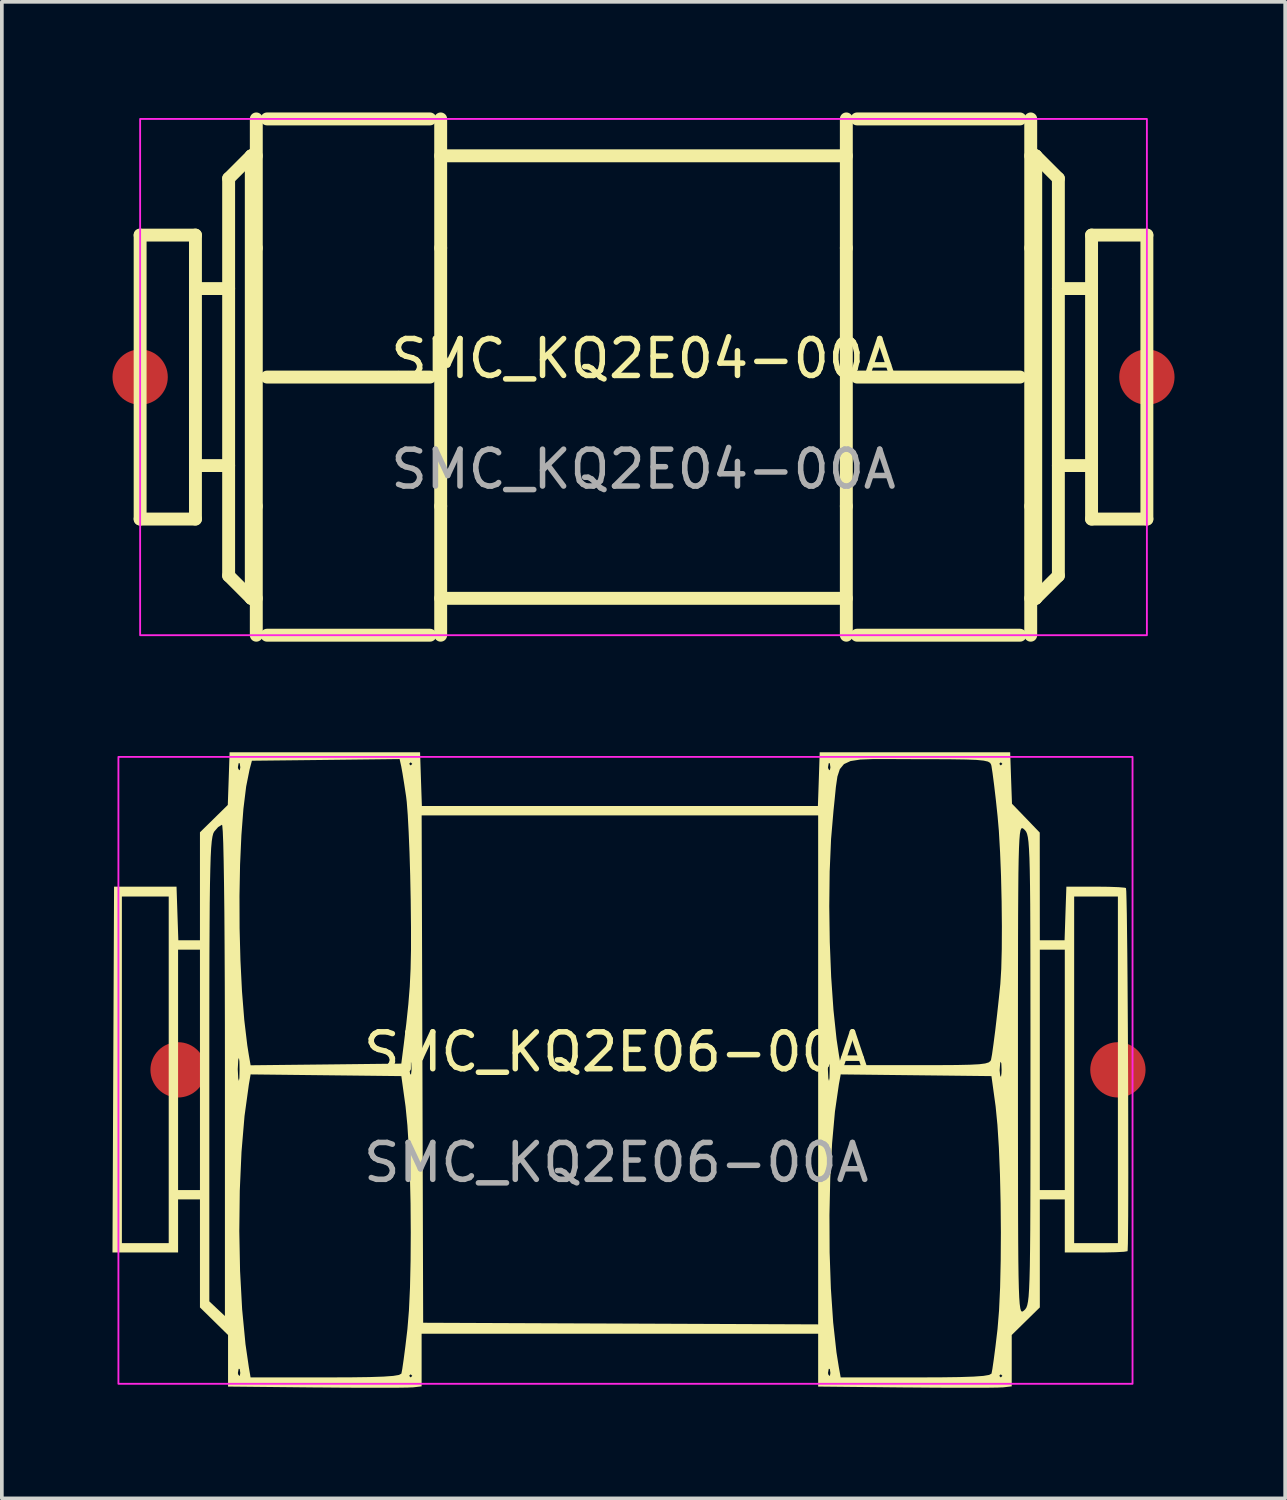
<source format=kicad_pcb>
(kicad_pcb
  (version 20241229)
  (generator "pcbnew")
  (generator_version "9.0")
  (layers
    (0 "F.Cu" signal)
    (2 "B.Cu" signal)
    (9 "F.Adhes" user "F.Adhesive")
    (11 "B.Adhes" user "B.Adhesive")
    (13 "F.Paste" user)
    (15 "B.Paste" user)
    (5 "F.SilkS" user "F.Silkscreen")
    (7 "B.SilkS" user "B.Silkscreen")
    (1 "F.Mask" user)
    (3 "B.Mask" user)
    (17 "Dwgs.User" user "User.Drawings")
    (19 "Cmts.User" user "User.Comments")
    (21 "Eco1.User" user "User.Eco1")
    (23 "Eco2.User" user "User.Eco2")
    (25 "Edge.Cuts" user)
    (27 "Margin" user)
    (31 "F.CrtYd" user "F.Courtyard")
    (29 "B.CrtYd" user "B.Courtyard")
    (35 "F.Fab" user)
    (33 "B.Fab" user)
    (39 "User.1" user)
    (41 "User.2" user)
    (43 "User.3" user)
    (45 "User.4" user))
  (footprint "SMC_KQ2E06-00A"
    (layer "F.Cu")
    (at 13.661 25.975)
    (property "Reference" "SMC_KQ2E06-00A" (at 0 -0.5 0) (unlocked yes) (layer "F.SilkS") (effects (font (size 1 1) (thickness 0.15))))
    (fp_poly (pts (xy -13.64 -0.021) (xy -13.618 -4.981) (xy -12.771 -4.981) (xy -11.924 -4.981) (xy -11.9 -4.254) (xy -11.875 -3.527) (xy -11.582 -3.527) (xy -11.289 -3.527) (xy -11.289 -4.991) (xy -11.289 -6.455) (xy -10.911 -6.826) (xy -10.534 -7.197) (xy -10.509 -7.911) (xy -10.485 -8.625) (xy -7.903 -8.625) (xy -5.32 -8.625) (xy -5.296 -7.896) (xy -5.271 -7.168) (xy 0.098 -7.168) (xy 5.468 -7.168) (xy 5.493 -7.896) (xy 5.517 -8.625) (xy 8.099 -8.625) (xy 10.682 -8.625) (xy 10.706 -7.927) (xy 10.731 -7.23) (xy 11.108 -6.839) (xy 11.484 -6.448) (xy 11.485 -4.988) (xy 11.486 -3.527) (xy 11.821 -3.527) (xy 12.157 -3.527) (xy 12.181 -4.255) (xy 12.206 -4.982) (xy 12.996 -4.982) (xy 13.343 -4.978) (xy 13.621 -4.968) (xy 13.79 -4.953) (xy 13.822 -4.944) (xy 13.83 -4.855) (xy 13.837 -4.615) (xy 13.845 -4.242) (xy 13.851 -3.754) (xy 13.858 -3.17) (xy 13.864 -2.508) (xy 13.869 -1.786) (xy 13.874 -1.023) (xy 13.878 -0.236) (xy 13.881 0.555) (xy 13.883 1.333) (xy 13.884 2.08) (xy 13.885 2.777) (xy 13.884 3.406) (xy 13.882 3.948) (xy 13.878 4.386) (xy 13.874 4.701) (xy 13.868 4.875) (xy 13.864 4.904) (xy 13.769 4.919) (xy 13.544 4.931) (xy 13.226 4.938) (xy 13.01 4.939) (xy 13.01 4.685) (xy 13.603 4.685) (xy 13.603 -0.014) (xy 13.603 -4.713) (xy 13.01 -4.713) (xy 12.417 -4.713) (xy 12.417 -0.014) (xy 12.417 4.685) (xy 13.01 4.685) (xy 13.01 4.939) (xy 12.996 4.939) (xy 12.163 4.939) (xy 12.163 4.22) (xy 12.163 3.5) (xy 11.825 3.5) (xy 11.825 3.246) (xy 12.163 3.246) (xy 12.163 -0.014) (xy 12.163 -3.273) (xy 11.825 -3.273) (xy 11.486 -3.273) (xy 11.486 -0.014) (xy 11.486 3.246) (xy 11.825 3.246) (xy 11.825 3.5) (xy 11.486 3.5) (xy 11.486 4.964) (xy 11.486 6.428) (xy 11.105 6.802) (xy 10.996 6.909) (xy 10.996 6.541) (xy 11.021 6.538) (xy 11.051 6.516) (xy 11.063 6.506) (xy 11.094 6.474) (xy 11.122 6.431) (xy 11.145 6.367) (xy 11.165 6.269) (xy 11.182 6.126) (xy 11.195 5.926) (xy 11.206 5.659) (xy 11.215 5.311) (xy 11.221 4.872) (xy 11.226 4.331) (xy 11.229 3.675) (xy 11.231 2.893) (xy 11.232 1.973) (xy 11.232 0.905) (xy 11.232 -0.014) (xy 11.232 -1.203) (xy 11.231 -2.235) (xy 11.23 -3.12) (xy 11.228 -3.87) (xy 11.225 -4.498) (xy 11.22 -5.014) (xy 11.213 -5.43) (xy 11.204 -5.757) (xy 11.192 -6.007) (xy 11.178 -6.192) (xy 11.161 -6.323) (xy 11.14 -6.412) (xy 11.116 -6.47) (xy 11.087 -6.509) (xy 11.063 -6.533) (xy 11.032 -6.559) (xy 11.005 -6.57) (xy 10.982 -6.556) (xy 10.962 -6.506) (xy 10.945 -6.408) (xy 10.932 -6.253) (xy 10.921 -6.029) (xy 10.912 -5.725) (xy 10.905 -5.332) (xy 10.901 -4.837) (xy 10.897 -4.232) (xy 10.895 -3.503) (xy 10.894 -2.642) (xy 10.893 -1.636) (xy 10.893 -0.476) (xy 10.893 -0.014) (xy 10.893 1.205) (xy 10.894 2.266) (xy 10.895 3.178) (xy 10.896 3.954) (xy 10.899 4.603) (xy 10.903 5.137) (xy 10.909 5.566) (xy 10.917 5.901) (xy 10.927 6.152) (xy 10.94 6.331) (xy 10.956 6.449) (xy 10.974 6.515) (xy 10.996 6.541) (xy 10.996 6.909) (xy 10.724 7.176) (xy 10.724 7.872) (xy 10.724 8.569) (xy 10.491 8.596) (xy 10.428 8.598) (xy 10.428 8.326) (xy 10.47 8.284) (xy 10.432 8.246) (xy 10.432 0.18) (xy 10.446 0.079) (xy 10.449 -0.014) (xy 10.442 -0.188) (xy 10.423 -0.233) (xy 10.412 -0.205) (xy 10.396 -0.002) (xy 10.41 0.134) (xy 10.432 0.18) (xy 10.432 8.246) (xy 10.428 8.241) (xy 10.385 8.284) (xy 10.428 8.326) (xy 10.428 8.598) (xy 10.348 8.602) (xy 10.059 8.606) (xy 9.649 8.607) (xy 9.143 8.607) (xy 8.564 8.604) (xy 7.937 8.599) (xy 7.867 8.599) (xy 6.086 8.581) (xy 6.086 8.326) (xy 8.111 8.326) (xy 8.788 8.324) (xy 9.31 8.317) (xy 9.694 8.304) (xy 9.956 8.285) (xy 10.111 8.259) (xy 10.174 8.224) (xy 10.176 8.22) (xy 10.199 8.1) (xy 10.236 7.846) (xy 10.282 7.495) (xy 10.331 7.082) (xy 10.339 7.014) (xy 10.38 6.513) (xy 10.409 5.885) (xy 10.425 5.166) (xy 10.43 4.392) (xy 10.423 3.599) (xy 10.405 2.825) (xy 10.376 2.105) (xy 10.336 1.477) (xy 10.287 0.975) (xy 10.279 0.918) (xy 10.174 0.156) (xy 8.13 0.133) (xy 6.087 0.11) (xy 6.086 0.113) (xy 6.086 -0.141) (xy 8.103 -0.141) (xy 8.741 -0.142) (xy 9.23 -0.145) (xy 9.591 -0.153) (xy 9.842 -0.166) (xy 10.005 -0.187) (xy 10.1 -0.216) (xy 10.148 -0.255) (xy 10.163 -0.289) (xy 10.19 -0.434) (xy 10.229 -0.711) (xy 10.277 -1.082) (xy 10.327 -1.512) (xy 10.376 -1.962) (xy 10.415 -2.342) (xy 10.44 -2.749) (xy 10.454 -3.285) (xy 10.457 -3.91) (xy 10.45 -4.583) (xy 10.434 -5.265) (xy 10.428 -5.424) (xy 10.428 -8.269) (xy 10.47 -8.311) (xy 10.428 -8.353) (xy 10.385 -8.311) (xy 10.428 -8.269) (xy 10.428 -5.424) (xy 10.408 -5.915) (xy 10.375 -6.494) (xy 10.34 -6.895) (xy 10.292 -7.347) (xy 10.245 -7.747) (xy 10.204 -8.06) (xy 10.174 -8.253) (xy 10.165 -8.29) (xy 10.139 -8.337) (xy 10.079 -8.373) (xy 9.964 -8.399) (xy 9.775 -8.418) (xy 9.49 -8.429) (xy 9.09 -8.435) (xy 8.555 -8.438) (xy 8.134 -8.438) (xy 7.486 -8.441) (xy 6.987 -8.442) (xy 6.616 -8.428) (xy 6.352 -8.387) (xy 6.175 -8.305) (xy 6.063 -8.169) (xy 5.997 -7.967) (xy 5.956 -7.686) (xy 5.919 -7.313) (xy 5.891 -7.041) (xy 5.825 -6.272) (xy 5.793 -5.525) (xy 5.793 -8.136) (xy 5.807 -8.219) (xy 5.791 -8.329) (xy 5.762 -8.33) (xy 5.742 -8.217) (xy 5.755 -8.168) (xy 5.793 -8.136) (xy 5.793 -5.525) (xy 5.787 -5.395) (xy 5.776 -4.451) (xy 5.79 -3.483) (xy 5.828 -2.532) (xy 5.89 -1.64) (xy 5.974 -0.847) (xy 6.039 -0.416) (xy 6.086 -0.141) (xy 6.086 0.113) (xy 6.036 0.387) (xy 5.93 1.118) (xy 5.853 1.978) (xy 5.803 2.926) (xy 5.781 3.925) (xy 5.786 4.935) (xy 5.82 5.917) (xy 5.882 6.833) (xy 5.971 7.643) (xy 6.036 8.051) (xy 6.086 8.326) (xy 6.086 8.581) (xy 5.793 8.578) (xy 5.793 8.289) (xy 5.807 8.206) (xy 5.791 8.096) (xy 5.769 8.095) (xy 5.769 0.287) (xy 5.782 0.206) (xy 5.787 -0.01) (xy 5.787 -0.014) (xy 5.783 -0.239) (xy 5.77 -0.338) (xy 5.753 -0.29) (xy 5.738 -0.033) (xy 5.752 0.218) (xy 5.769 0.287) (xy 5.769 8.095) (xy 5.762 8.095) (xy 5.742 8.208) (xy 5.755 8.257) (xy 5.793 8.289) (xy 5.793 8.578) (xy 5.475 8.575) (xy 5.475 7.858) (xy 5.475 7.141) (xy 5.475 6.888) (xy 5.475 -0.013) (xy 5.475 -6.914) (xy 0.099 -6.914) (xy -5.277 -6.914) (xy -5.256 -0.035) (xy -5.236 6.844) (xy 0.119 6.866) (xy 5.475 6.888) (xy 5.475 7.141) (xy 0.098 7.141) (xy -5.278 7.141) (xy -5.278 7.855) (xy -5.278 8.569) (xy -5.511 8.596) (xy -5.574 8.598) (xy -5.574 8.326) (xy -5.532 8.284) (xy -5.566 8.25) (xy -5.566 0.119) (xy -5.552 0.001) (xy -5.552 -0.056) (xy -5.56 -0.21) (xy -5.582 -0.228) (xy -5.59 -0.204) (xy -5.604 0.011) (xy -5.59 0.092) (xy -5.566 0.119) (xy -5.566 8.25) (xy -5.574 8.241) (xy -5.617 8.284) (xy -5.574 8.326) (xy -5.574 8.598) (xy -5.654 8.602) (xy -5.943 8.606) (xy -6.353 8.607) (xy -6.859 8.607) (xy -7.438 8.604) (xy -8.065 8.599) (xy -8.136 8.599) (xy -9.916 8.581) (xy -9.916 8.326) (xy -7.891 8.326) (xy -7.214 8.324) (xy -6.692 8.317) (xy -6.308 8.304) (xy -6.046 8.285) (xy -5.891 8.259) (xy -5.828 8.224) (xy -5.826 8.22) (xy -5.803 8.1) (xy -5.766 7.846) (xy -5.72 7.495) (xy -5.671 7.082) (xy -5.663 7.014) (xy -5.622 6.513) (xy -5.593 5.886) (xy -5.577 5.168) (xy -5.572 4.396) (xy -5.578 3.605) (xy -5.596 2.832) (xy -5.625 2.114) (xy -5.664 1.486) (xy -5.713 0.985) (xy -5.722 0.918) (xy -5.828 0.156) (xy -7.872 0.133) (xy -9.915 0.11) (xy -9.915 -0.138) (xy -7.872 -0.16) (xy -5.829 -0.183) (xy -5.764 -0.691) (xy -5.692 -1.282) (xy -5.638 -1.795) (xy -5.6 -2.27) (xy -5.577 -2.748) (xy -5.566 -3.271) (xy -5.566 -3.877) (xy -5.574 -4.61) (xy -5.574 -4.634) (xy -5.574 -8.269) (xy -5.532 -8.311) (xy -5.574 -8.353) (xy -5.617 -8.311) (xy -5.574 -8.269) (xy -5.574 -4.634) (xy -5.575 -4.67) (xy -5.588 -5.294) (xy -5.606 -5.9) (xy -5.629 -6.454) (xy -5.654 -6.924) (xy -5.681 -7.277) (xy -5.698 -7.422) (xy -5.749 -7.759) (xy -5.796 -8.051) (xy -5.83 -8.239) (xy -5.832 -8.249) (xy -5.875 -8.441) (xy -7.877 -8.418) (xy -9.88 -8.396) (xy -9.943 -8.16) (xy -10.036 -7.696) (xy -10.11 -7.093) (xy -10.165 -6.378) (xy -10.201 -5.582) (xy -10.209 -5.158) (xy -10.209 -8.136) (xy -10.195 -8.219) (xy -10.211 -8.329) (xy -10.24 -8.33) (xy -10.26 -8.217) (xy -10.247 -8.168) (xy -10.209 -8.136) (xy -10.209 -5.158) (xy -10.217 -4.731) (xy -10.214 -3.856) (xy -10.191 -2.984) (xy -10.149 -2.145) (xy -10.087 -1.367) (xy -10.005 -0.678) (xy -9.963 -0.414) (xy -9.915 -0.138) (xy -9.915 0.11) (xy -9.963 0.387) (xy -10.08 1.237) (xy -10.162 2.211) (xy -10.209 3.264) (xy -10.222 4.355) (xy -10.201 5.441) (xy -10.145 6.478) (xy -10.054 7.425) (xy -9.963 8.051) (xy -9.916 8.326) (xy -9.916 8.581) (xy -10.209 8.578) (xy -10.209 8.289) (xy -10.195 8.206) (xy -10.211 8.096) (xy -10.233 8.095) (xy -10.233 0.287) (xy -10.22 0.206) (xy -10.215 -0.01) (xy -10.215 -0.014) (xy -10.219 -0.239) (xy -10.232 -0.338) (xy -10.249 -0.29) (xy -10.264 -0.033) (xy -10.25 0.218) (xy -10.233 0.287) (xy -10.233 8.095) (xy -10.24 8.095) (xy -10.26 8.208) (xy -10.247 8.257) (xy -10.209 8.289) (xy -10.209 8.578) (xy -10.527 8.575) (xy -10.527 7.875) (xy -10.527 7.176) (xy -10.612 7.093) (xy -10.612 6.662) (xy -10.612 0.001) (xy -10.613 -1.246) (xy -10.616 -2.382) (xy -10.621 -3.4) (xy -10.627 -4.293) (xy -10.636 -5.053) (xy -10.646 -5.675) (xy -10.657 -6.151) (xy -10.67 -6.475) (xy -10.684 -6.639) (xy -10.692 -6.66) (xy -10.795 -6.598) (xy -10.904 -6.472) (xy -10.929 -6.421) (xy -10.95 -6.338) (xy -10.969 -6.212) (xy -10.985 -6.031) (xy -10.998 -5.783) (xy -11.008 -5.457) (xy -11.017 -5.042) (xy -11.024 -4.526) (xy -11.028 -3.899) (xy -11.032 -3.148) (xy -11.034 -2.262) (xy -11.035 -1.23) (xy -11.035 -0.04) (xy -11.035 -0.01) (xy -11.035 6.264) (xy -10.824 6.463) (xy -10.612 6.662) (xy -10.612 7.093) (xy -10.908 6.802) (xy -11.289 6.428) (xy -11.289 4.964) (xy -11.289 3.5) (xy -11.586 3.5) (xy -11.586 3.246) (xy -11.289 3.246) (xy -11.289 -0.014) (xy -11.289 -3.273) (xy -11.586 -3.273) (xy -11.882 -3.273) (xy -11.882 -0.014) (xy -11.882 3.246) (xy -11.586 3.246) (xy -11.586 3.5) (xy -11.882 3.5) (xy -11.882 4.22) (xy -11.882 4.939) (xy -12.771 4.939) (xy -12.771 4.685) (xy -12.136 4.685) (xy -12.136 -0.014) (xy -12.136 -4.713) (xy -12.771 -4.713) (xy -13.406 -4.713) (xy -13.406 -0.014) (xy -13.406 4.685) (xy -12.771 4.685) (xy -12.771 4.939) (xy -12.772 4.939) (xy -13.661 4.939)) (stroke (width 0) (type solid)) (fill yes) (layer "F.SilkS"))
    (fp_rect (start -13.5 8.5) (end 14 -8.5) (stroke (width 0.05) (type solid)) (fill no) (layer "F.CrtYd"))
    (fp_text user "${REFERENCE}" (at 0 2.5 0) (unlocked yes) (layer "F.Fab") (effects (font (size 1 1) (thickness 0.15))))
    (pad "1" smd circle (at -11.882 -0.014) (size 1.5 1.5) (layers "F.Cu" "F.Mask" "F.Paste"))
    (pad "2" smd circle (at 13.603 -0.014) (size 1.5 1.5) (layers "F.Cu" "F.Mask" "F.Paste")))
  (footprint "SMC_KQ2E04-00A"
    (layer "F.Cu")
    (at 14.4 7.175)
    (property "Reference" "SMC_KQ2E04-00A" (at 0 -0.5 0) (unlocked yes) (layer "F.SilkS") (effects (font (size 1 1) (thickness 0.15))))
    (fp_line (start -13.65 3.85) (end -13.65 -3.85) (stroke (width 0.35) (type solid)) (layer "F.SilkS"))
    (fp_line (start -12.15 -3.85) (end -13.65 -3.85) (stroke (width 0.35) (type solid)) (layer "F.SilkS"))
    (fp_line (start -12.15 3.85) (end -13.65 3.85) (stroke (width 0.35) (type solid)) (layer "F.SilkS"))
    (fp_line (start -12.15 3.85) (end -12.15 -3.85) (stroke (width 0.35) (type solid)) (layer "F.SilkS"))
    (fp_line (start -11.25 -5.386) (end -10.636 -6) (stroke (width 0.35) (type solid)) (layer "F.SilkS"))
    (fp_line (start -11.25 -2.4) (end -12.15 -2.4) (stroke (width 0.35) (type solid)) (layer "F.SilkS"))
    (fp_line (start -11.25 2.4) (end -12.15 2.4) (stroke (width 0.35) (type solid)) (layer "F.SilkS"))
    (fp_line (start -11.25 5.386) (end -11.25 -5.386) (stroke (width 0.35) (type solid)) (layer "F.SilkS"))
    (fp_line (start -11.25 5.386) (end -10.636 6) (stroke (width 0.35) (type solid)) (layer "F.SilkS"))
    (fp_line (start -10.636 6) (end -10.636 -6) (stroke (width 0.35) (type solid)) (layer "F.SilkS"))
    (fp_line (start -10.5 -7) (end -10.5 -3.5) (stroke (width 0.35) (type solid)) (layer "F.SilkS"))
    (fp_line (start -10.5 -6) (end -10.636 -6) (stroke (width 0.35) (type solid)) (layer "F.SilkS"))
    (fp_line (start -10.5 -3.5) (end -10.5 3.5) (stroke (width 0.35) (type solid)) (layer "F.SilkS"))
    (fp_line (start -10.5 3.5) (end -10.5 7) (stroke (width 0.35) (type solid)) (layer "F.SilkS"))
    (fp_line (start -10.5 6) (end -10.636 6) (stroke (width 0.35) (type solid)) (layer "F.SilkS"))
    (fp_line (start -10.21 -7) (end -5.79 -7) (stroke (width 0.35) (type solid)) (layer "F.SilkS"))
    (fp_line (start -10.21 0) (end -5.79 0) (stroke (width 0.35) (type solid)) (layer "F.SilkS"))
    (fp_line (start -10.21 7) (end -5.79 7) (stroke (width 0.35) (type solid)) (layer "F.SilkS"))
    (fp_line (start -5.5 -7) (end -5.5 -3.5) (stroke (width 0.35) (type solid)) (layer "F.SilkS"))
    (fp_line (start -5.5 -3.5) (end -5.5 3.5) (stroke (width 0.35) (type solid)) (layer "F.SilkS"))
    (fp_line (start -5.5 3.5) (end -5.5 7) (stroke (width 0.35) (type solid)) (layer "F.SilkS"))
    (fp_line (start 5.5 -6) (end -5.5 -6) (stroke (width 0.35) (type solid)) (layer "F.SilkS"))
    (fp_line (start 5.5 -3.5) (end 5.5 -7) (stroke (width 0.35) (type solid)) (layer "F.SilkS"))
    (fp_line (start 5.5 3.5) (end 5.5 -3.5) (stroke (width 0.35) (type solid)) (layer "F.SilkS"))
    (fp_line (start 5.5 6) (end -5.5 6) (stroke (width 0.35) (type solid)) (layer "F.SilkS"))
    (fp_line (start 5.5 7) (end 5.5 3.5) (stroke (width 0.35) (type solid)) (layer "F.SilkS"))
    (fp_line (start 10.21 -7) (end 5.79 -7) (stroke (width 0.35) (type solid)) (layer "F.SilkS"))
    (fp_line (start 10.21 0) (end 5.79 0) (stroke (width 0.35) (type solid)) (layer "F.SilkS"))
    (fp_line (start 10.21 7) (end 5.79 7) (stroke (width 0.35) (type solid)) (layer "F.SilkS"))
    (fp_line (start 10.5 -3.5) (end 10.5 -7) (stroke (width 0.35) (type solid)) (layer "F.SilkS"))
    (fp_line (start 10.5 3.5) (end 10.5 -3.5) (stroke (width 0.35) (type solid)) (layer "F.SilkS"))
    (fp_line (start 10.5 7) (end 10.5 3.5) (stroke (width 0.35) (type solid)) (layer "F.SilkS"))
    (fp_line (start 10.636 -6) (end 10.5 -6) (stroke (width 0.35) (type solid)) (layer "F.SilkS"))
    (fp_line (start 10.636 6) (end 10.5 6) (stroke (width 0.35) (type solid)) (layer "F.SilkS"))
    (fp_line (start 10.636 6) (end 10.636 -6) (stroke (width 0.35) (type solid)) (layer "F.SilkS"))
    (fp_line (start 11.25 -5.386) (end 10.636 -6) (stroke (width 0.35) (type solid)) (layer "F.SilkS"))
    (fp_line (start 11.25 5.386) (end 10.636 6) (stroke (width 0.35) (type solid)) (layer "F.SilkS"))
    (fp_line (start 11.25 5.386) (end 11.25 -5.386) (stroke (width 0.35) (type solid)) (layer "F.SilkS"))
    (fp_line (start 12.15 -2.4) (end 11.25 -2.4) (stroke (width 0.35) (type solid)) (layer "F.SilkS"))
    (fp_line (start 12.15 2.4) (end 11.25 2.4) (stroke (width 0.35) (type solid)) (layer "F.SilkS"))
    (fp_line (start 12.15 3.85) (end 12.15 -3.85) (stroke (width 0.35) (type solid)) (layer "F.SilkS"))
    (fp_line (start 13.65 -3.85) (end 12.15 -3.85) (stroke (width 0.35) (type solid)) (layer "F.SilkS"))
    (fp_line (start 13.65 3.85) (end 12.15 3.85) (stroke (width 0.35) (type solid)) (layer "F.SilkS"))
    (fp_line (start 13.65 3.85) (end 13.65 -3.85) (stroke (width 0.35) (type solid)) (layer "F.SilkS"))
    (fp_rect (start -13.65 -7) (end 13.65 7) (stroke (width 0.05) (type solid)) (fill no) (layer "F.CrtYd"))
    (fp_text user "${REFERENCE}" (at 0 2.5 0) (unlocked yes) (layer "F.Fab") (effects (font (size 1 1) (thickness 0.15))))
    (pad "1" smd circle (at -13.65 0) (size 1.5 1.5) (layers "F.Cu" "F.Mask" "F.Paste"))
    (pad "2" smd circle (at 13.65 0) (size 1.5 1.5) (layers "F.Cu" "F.Mask" "F.Paste")))
  (gr_rect
    (start -3 -3)
    (end 31.8 37.582)
    (stroke (width 0.1) (type default))
    (fill no)
    (layer "Edge.Cuts")))
</source>
